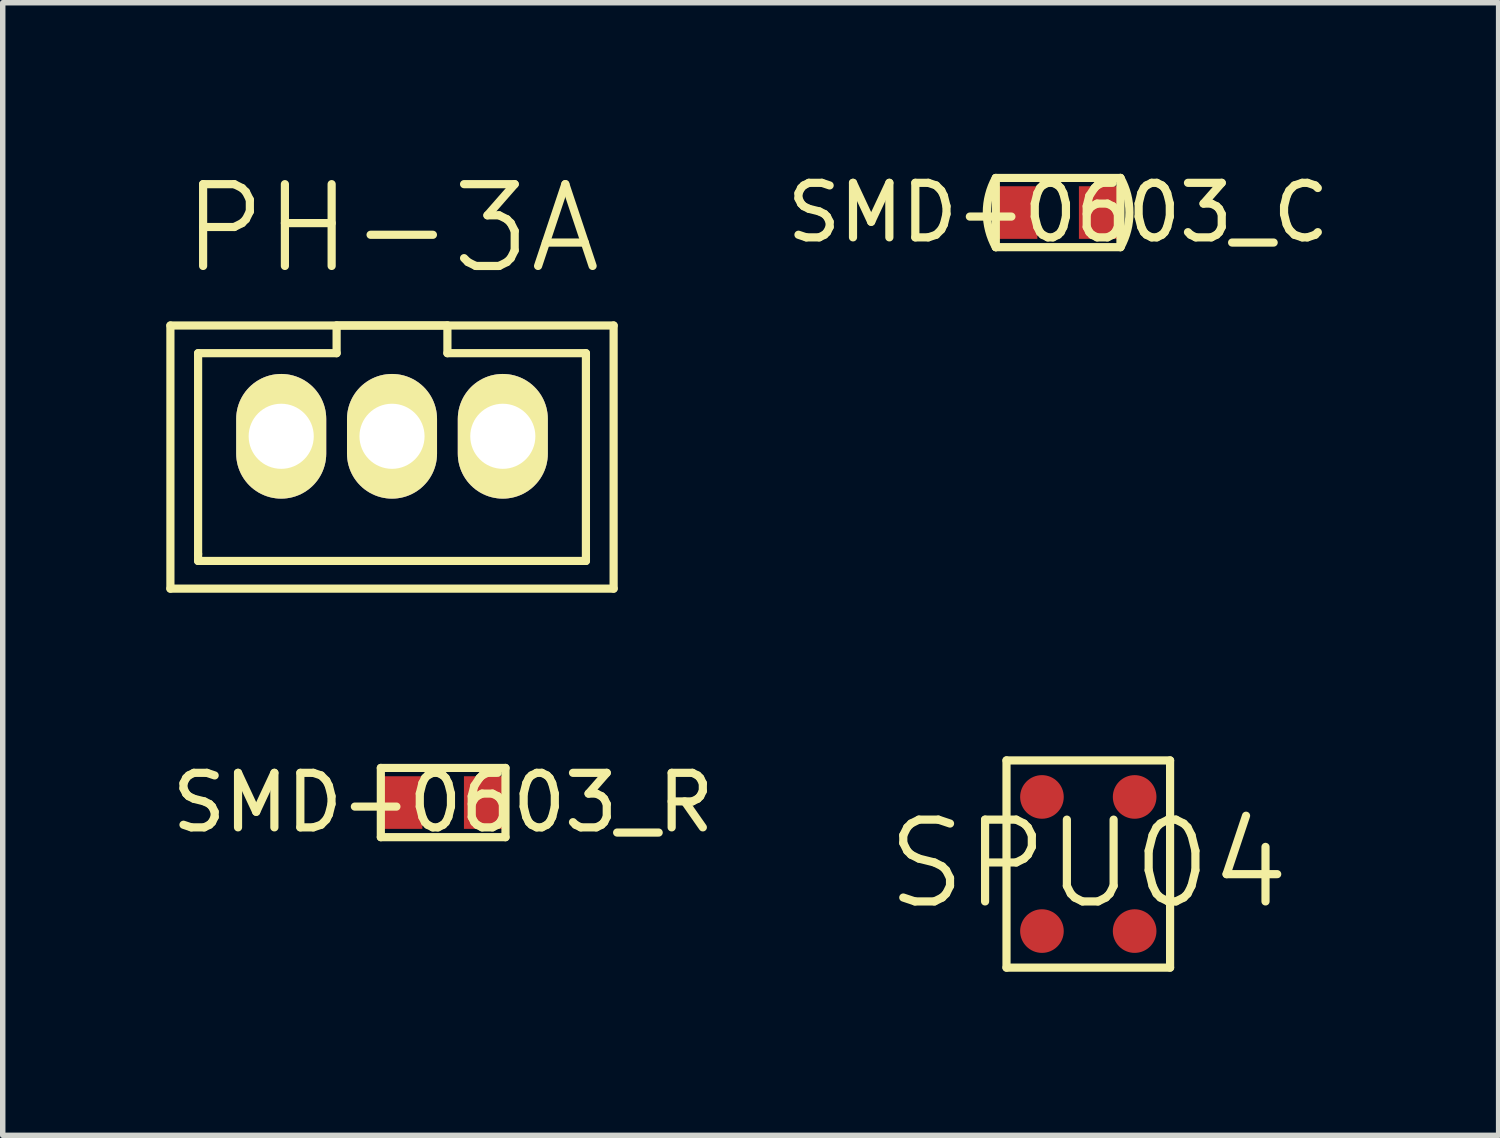
<source format=kicad_pcb>
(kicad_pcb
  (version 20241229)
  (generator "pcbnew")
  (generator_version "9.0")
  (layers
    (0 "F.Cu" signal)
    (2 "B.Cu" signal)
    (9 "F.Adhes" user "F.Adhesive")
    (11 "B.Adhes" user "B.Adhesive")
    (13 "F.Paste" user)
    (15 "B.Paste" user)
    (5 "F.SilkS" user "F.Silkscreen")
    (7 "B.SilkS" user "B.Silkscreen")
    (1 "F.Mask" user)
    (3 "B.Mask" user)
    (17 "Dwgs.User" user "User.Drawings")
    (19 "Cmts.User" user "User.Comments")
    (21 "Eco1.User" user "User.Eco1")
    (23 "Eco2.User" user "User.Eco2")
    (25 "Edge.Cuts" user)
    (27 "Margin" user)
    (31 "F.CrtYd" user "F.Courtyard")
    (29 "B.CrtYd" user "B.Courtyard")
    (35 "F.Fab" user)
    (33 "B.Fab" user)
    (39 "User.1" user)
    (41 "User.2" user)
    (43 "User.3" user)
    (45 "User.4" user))
  (footprint "SMD-0603_R"
    (layer "F.Cu")
    (at 5.077 11.668)
    (property "Reference" "SMD-0603_R" (at 0 0 0) (layer "F.SilkS") (effects (font (size 1 1) (thickness 0.15))))
    (attr smd)
    (fp_line (start -1.143 -0.635) (end 1.143 -0.635) (stroke (width 0.15) (type solid)) (layer "F.SilkS"))
    (fp_line (start -1.143 0.635) (end -1.143 -0.635) (stroke (width 0.15) (type solid)) (layer "F.SilkS"))
    (fp_line (start 1.143 -0.635) (end 1.143 0.635) (stroke (width 0.15) (type solid)) (layer "F.SilkS"))
    (fp_line (start 1.143 0.635) (end -1.143 0.635) (stroke (width 0.15) (type solid)) (layer "F.SilkS"))
    (pad "1" smd rect (at -0.762 0) (size 0.762 0.965) (layers "F.Cu" "F.Mask" "F.Paste"))
    (pad "2" smd rect (at 0.762 0) (size 0.762 0.965) (layers "F.Cu" "F.Mask" "F.Paste")))
  (footprint "SMD-0603_C"
    (layer "F.Cu")
    (at 16.355 0.848)
    (property "Reference" "SMD-0603_C" (at 0 0 0) (layer "F.SilkS") (effects (font (size 1 1) (thickness 0.15))))
    (attr smd)
    (fp_line (start -1.143 -0.635) (end 1.143 -0.635) (stroke (width 0.15) (type solid)) (layer "F.SilkS"))
    (fp_line (start -1.143 0.635) (end -1.143 -0.635) (stroke (width 0.15) (type solid)) (layer "F.SilkS"))
    (fp_line (start 1.143 -0.635) (end 1.143 0.635) (stroke (width 0.15) (type solid)) (layer "F.SilkS"))
    (fp_line (start 1.143 0.635) (end -1.143 0.635) (stroke (width 0.15) (type solid)) (layer "F.SilkS"))
    (fp_arc (start -1.143 0.635) (mid -1.307544 0.001246) (end -1.144208 -0.63282) (stroke (width 0.15) (type solid)) (layer "F.SilkS"))
    (fp_arc (start 1.143 -0.635) (mid 1.307544 -0.001246) (end 1.144208 0.63282) (stroke (width 0.15) (type solid)) (layer "F.SilkS"))
    (pad "1" smd rect (at -0.762 0) (size 0.762 0.965) (layers "F.Cu" "F.Mask" "F.Paste"))
    (pad "2" smd rect (at 0.762 0) (size 0.762 0.965) (layers "F.Cu" "F.Mask" "F.Paste")))
  (footprint "PH-3A"
    (layer "F.Cu")
    (at 4.139 4.951)
    (property "Reference" "PH-3A" (at 0 -3.81 0) (layer "F.SilkS") (effects (font (size 1.5 1.5) (thickness 0.15))))
    (attr through_hole)
    (fp_line (start -4.064 -2.032) (end -4.064 2.794) (stroke (width 0.15) (type solid)) (layer "F.SilkS"))
    (fp_line (start -4.064 2.794) (end 4.064 2.794) (stroke (width 0.15) (type solid)) (layer "F.SilkS"))
    (fp_line (start -3.556 -1.524) (end -3.556 2.159) (stroke (width 0.15) (type solid)) (layer "F.SilkS"))
    (fp_line (start -3.556 2.159) (end -3.556 2.286) (stroke (width 0.15) (type solid)) (layer "F.SilkS"))
    (fp_line (start -3.556 2.286) (end 3.556 2.286) (stroke (width 0.15) (type solid)) (layer "F.SilkS"))
    (fp_line (start -1.016 -2.032) (end -1.016 -1.524) (stroke (width 0.15) (type solid)) (layer "F.SilkS"))
    (fp_line (start -1.016 -1.524) (end -3.556 -1.524) (stroke (width 0.15) (type solid)) (layer "F.SilkS"))
    (fp_line (start 1.016 -2.032) (end -1.016 -2.032) (stroke (width 0.15) (type solid)) (layer "F.SilkS"))
    (fp_line (start 1.016 -1.524) (end 1.016 -2.032) (stroke (width 0.15) (type solid)) (layer "F.SilkS"))
    (fp_line (start 3.556 -1.524) (end 1.016 -1.524) (stroke (width 0.15) (type solid)) (layer "F.SilkS"))
    (fp_line (start 3.556 2.286) (end 3.556 -1.524) (stroke (width 0.15) (type solid)) (layer "F.SilkS"))
    (fp_line (start 4.064 -2.032) (end -4.064 -2.032) (stroke (width 0.15) (type solid)) (layer "F.SilkS"))
    (fp_line (start 4.064 2.794) (end 4.064 -2.032) (stroke (width 0.15) (type solid)) (layer "F.SilkS"))
    (pad "1" thru_hole oval (at 2.032 0) (size 1.651 2.286) (drill 1.194) (layers "*.Cu" "*.Mask" "F.SilkS"))
    (pad "2" thru_hole oval (at 0 0) (size 1.651 2.286) (drill 1.194) (layers "*.Cu" "*.Mask" "F.SilkS"))
    (pad "3" thru_hole oval (at -2.032 0) (size 1.651 2.286) (drill 1.194) (layers "*.Cu" "*.Mask" "F.SilkS")))
  (footprint "SPU04"
    (layer "F.Cu")
    (at 16.908 12.795)
    (property "Reference" "SPU04" (at 0 0 0) (layer "F.SilkS") (effects (font (size 1.5 1.5) (thickness 0.15))))
    (attr through_hole)
    (fp_line (start -1.5 -1.9) (end -1.5 1.9) (stroke (width 0.15) (type solid)) (layer "F.SilkS"))
    (fp_line (start -1.5 1.9) (end 1.5 1.9) (stroke (width 0.15) (type solid)) (layer "F.SilkS"))
    (fp_line (start 1.5 -1.9) (end -1.5 -1.9) (stroke (width 0.15) (type solid)) (layer "F.SilkS"))
    (fp_line (start 1.5 1.9) (end 1.5 -1.9) (stroke (width 0.15) (type solid)) (layer "F.SilkS"))
    (pad "1" smd circle (at 0.85 -1.23) (size 0.8 0.8) (layers "F.Cu" "F.Mask" "F.Paste"))
    (pad "2" smd circle (at 0.85 1.23) (size 0.8 0.8) (layers "F.Cu" "F.Mask" "F.Paste"))
    (pad "3" smd circle (at -0.85 1.23) (size 0.8 0.8) (layers "F.Cu" "F.Mask" "F.Paste"))
    (pad "4" smd circle (at -0.85 -1.23) (size 0.8 0.8) (layers "F.Cu" "F.Mask" "F.Paste")))
  (gr_rect
    (start -3 -3)
    (end 24.433 17.77)
    (stroke (width 0.1) (type default))
    (fill no)
    (layer "Edge.Cuts")))
</source>
